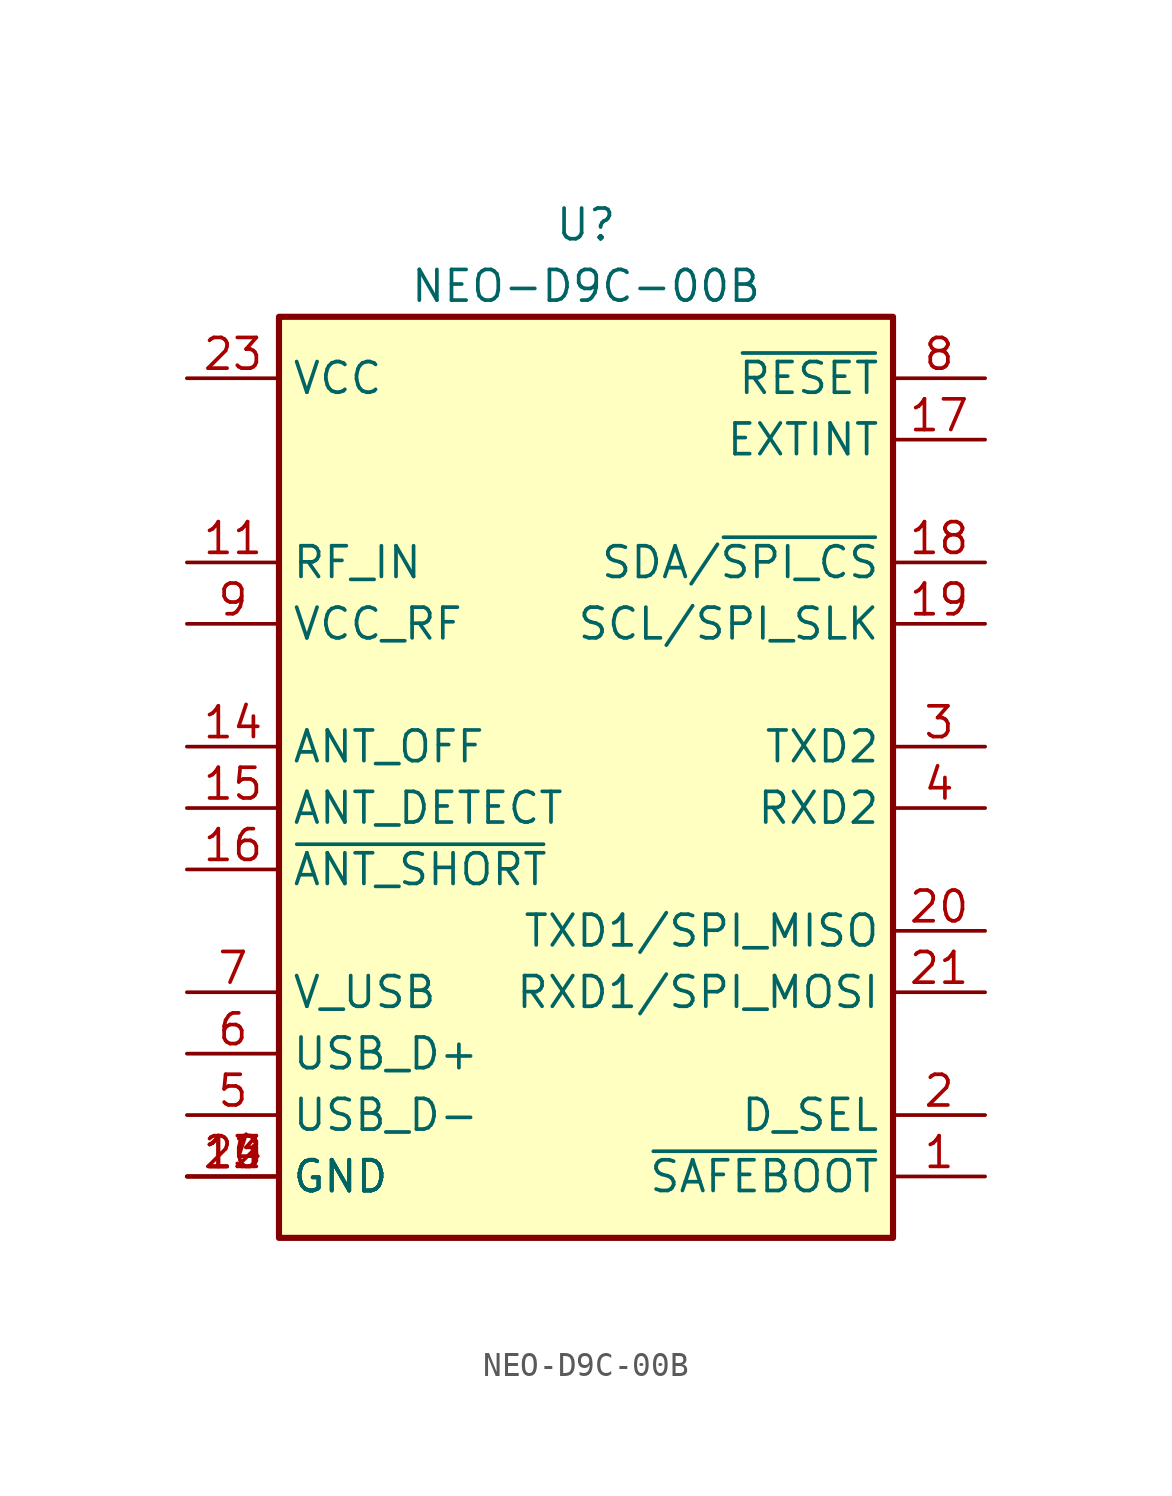
<source format=kicad_sym>
(kicad_symbol_lib
  (version 20211014)
  (generator kicad_symbol_editor)
  (symbol "NEO-D9C-00B"
    (property "Reference" "U"
      (at 0 19.05 0)
      (effects (font (size 1.27 1.27))))
    (property "Value" "NEO-D9C-00B"
      (at 0 16.51 0)
      (effects (font (size 1.27 1.27))))
    (symbol "NEO-D9C-00B_0_1"
      (rectangle (start -12.7 15.24) (end 12.7 -22.86) (stroke (width 0.254) (type default) (color 0 0 0 0)) (fill (type background)))
      (pin input line (at 16.51 -20.32 180) (length 3.81) (name "~{SAFEBOOT}" (effects (font (size 1.27 1.27)))) (number "1" (effects (font (size 1.27 1.27)))))
      (pin power_out line (at -16.51 -20.32 0) (length 3.81) (name "GND" (effects (font (size 1.27 1.27)))) (number "10" (effects (font (size 1.27 1.27)))))
      (pin input line (at -16.51 5.08 0) (length 3.81) (name "RF_IN" (effects (font (size 1.27 1.27)))) (number "11" (effects (font (size 1.27 1.27)))))
      (pin power_out line (at -16.51 -20.32 0) (length 3.81) (name "GND" (effects (font (size 1.27 1.27)))) (number "12" (effects (font (size 1.27 1.27)))))
      (pin power_out line (at -16.51 -20.32 0) (length 3.81) (name "GND" (effects (font (size 1.27 1.27)))) (number "13" (effects (font (size 1.27 1.27)))))
      (pin output line (at -16.51 -2.54 0) (length 3.81) (name "ANT_OFF" (effects (font (size 1.27 1.27)))) (number "14" (effects (font (size 1.27 1.27)))))
      (pin input line (at -16.51 -5.08 0) (length 3.81) (name "ANT_DETECT" (effects (font (size 1.27 1.27)))) (number "15" (effects (font (size 1.27 1.27)))))
      (pin output line (at -16.51 -7.62 0) (length 3.81) (name "~{ANT_SHORT}" (effects (font (size 1.27 1.27)))) (number "16" (effects (font (size 1.27 1.27)))))
      (pin input line (at 16.51 10.16 180) (length 3.81) (name "EXTINT" (effects (font (size 1.27 1.27)))) (number "17" (effects (font (size 1.27 1.27)))))
      (pin bidirectional line (at 16.51 5.08 180) (length 3.81) (name "SDA/~{SPI_CS}" (effects (font (size 1.27 1.27)))) (number "18" (effects (font (size 1.27 1.27)))))
      (pin bidirectional line (at 16.51 2.54 180) (length 3.81) (name "SCL/SPI_SLK" (effects (font (size 1.27 1.27)))) (number "19" (effects (font (size 1.27 1.27)))))
      (pin input line (at 16.51 -17.78 180) (length 3.81) (name "D_SEL" (effects (font (size 1.27 1.27)))) (number "2" (effects (font (size 1.27 1.27)))))
      (pin output line (at 16.51 -10.16 180) (length 3.81) (name "TXD1/SPI_MISO" (effects (font (size 1.27 1.27)))) (number "20" (effects (font (size 1.27 1.27)))))
      (pin input line (at 16.51 -12.7 180) (length 3.81) (name "RXD1/SPI_MOSI" (effects (font (size 1.27 1.27)))) (number "21" (effects (font (size 1.27 1.27)))))
      (pin no_connect line (at -16.51 10.16 0) (length 3.81) hide (name "Reserved" (effects (font (size 1.27 1.27)))) (number "22" (effects (font (size 1.27 1.27)))))
      (pin power_in line (at -16.51 12.7 0) (length 3.81) (name "VCC" (effects (font (size 1.27 1.27)))) (number "23" (effects (font (size 1.27 1.27)))))
      (pin power_out line (at -16.51 -20.32 0) (length 3.81) (name "GND" (effects (font (size 1.27 1.27)))) (number "24" (effects (font (size 1.27 1.27)))))
      (pin output line (at 16.51 -2.54 180) (length 3.81) (name "TXD2" (effects (font (size 1.27 1.27)))) (number "3" (effects (font (size 1.27 1.27)))))
      (pin input line (at 16.51 -5.08 180) (length 3.81) (name "RXD2" (effects (font (size 1.27 1.27)))) (number "4" (effects (font (size 1.27 1.27)))))
      (pin bidirectional line (at -16.51 -17.78 0) (length 3.81) (name "USB_D-" (effects (font (size 1.27 1.27)))) (number "5" (effects (font (size 1.27 1.27)))))
      (pin bidirectional line (at -16.51 -15.24 0) (length 3.81) (name "USB_D+" (effects (font (size 1.27 1.27)))) (number "6" (effects (font (size 1.27 1.27)))))
      (pin power_in line (at -16.51 -12.7 0) (length 3.81) (name "V_USB" (effects (font (size 1.27 1.27)))) (number "7" (effects (font (size 1.27 1.27)))))
      (pin input line (at 16.51 12.7 180) (length 3.81) (name "~{RESET}" (effects (font (size 1.27 1.27)))) (number "8" (effects (font (size 1.27 1.27)))))
      (pin power_in line (at -16.51 2.54 0) (length 3.81) (name "VCC_RF" (effects (font (size 1.27 1.27)))) (number "9" (effects (font (size 1.27 1.27))))))))
</source>
